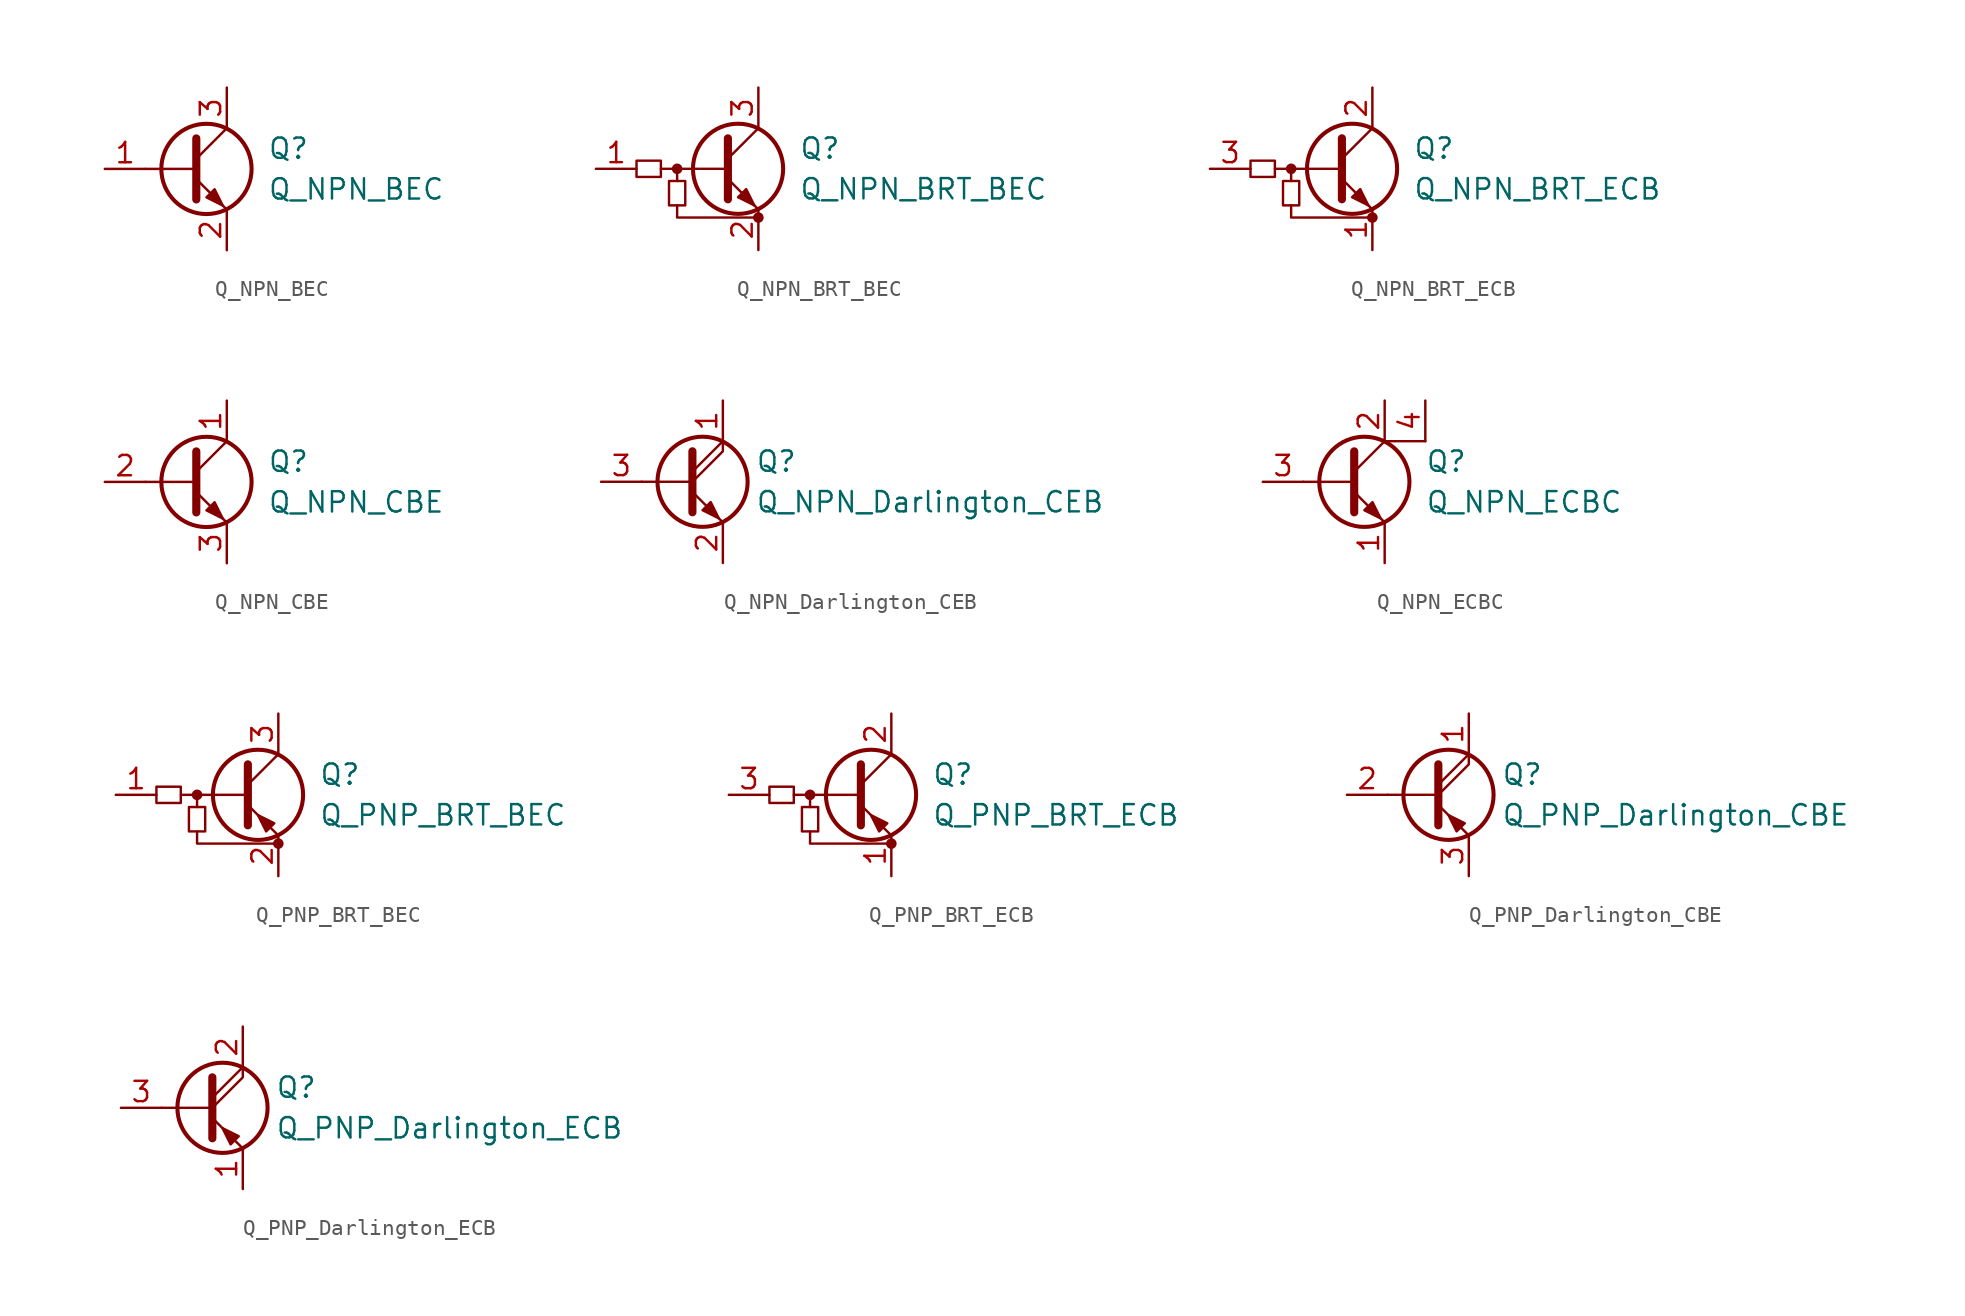
<source format=kicad_sym>
(kicad_symbol_lib
  (version 20231120)
  (generator "kicad_symbol_editor")
  (generator_version "8.0")
  (symbol "Q_NPN_BEC"
    (pin_names
      (offset 0) hide)
    (property "Reference" "Q"
      (at 5.08 1.27 0)
      (effects (font (size 1.27 1.27)) (justify left)))
    (property "Value" "Q_NPN_BEC"
      (at 5.08 -1.27 0)
      (effects (font (size 1.27 1.27)) (justify left)))
    (symbol "Q_NPN_BEC_0_1"
      (polyline (pts (xy -2.54 0) (xy 0.635 0)) (stroke (width 0) (type default)) (fill (type none)))
      (polyline (pts (xy 0.635 1.905) (xy 0.635 -1.905)) (stroke (width 0.508) (type default)) (fill (type none)))
      (circle (center 1.27 0) (radius 2.819) (stroke (width 0.254) (type default)) (fill (type none))))
    (symbol "Q_NPN_BEC_1_1"
      (polyline (pts (xy 0.635 -0.635) (xy 2.54 -2.54)) (stroke (width 0) (type default)) (fill (type none)))
      (polyline (pts (xy 0.635 0.635) (xy 2.54 2.54)) (stroke (width 0) (type default)) (fill (type none)))
      (polyline (pts (xy 1.27 -1.778) (xy 1.778 -1.27) (xy 2.286 -2.286) (xy 1.27 -1.778)) (stroke (width 0) (type default)) (fill (type outline)))
      (pin input line (at -5.08 0 0) (length 2.54) (name "B" (effects (font (size 1.27 1.27)))) (number "1" (effects (font (size 1.27 1.27)))))
      (pin passive line (at 2.54 -5.08 90) (length 2.54) (name "E" (effects (font (size 1.27 1.27)))) (number "2" (effects (font (size 1.27 1.27)))))
      (pin passive line (at 2.54 5.08 270) (length 2.54) (name "C" (effects (font (size 1.27 1.27)))) (number "3" (effects (font (size 1.27 1.27)))))))
  (symbol "Q_NPN_BRT_BEC"
    (pin_names hide)
    (property "Reference" "Q"
      (at 3.81 1.27 0)
      (effects (font (size 1.27 1.27)) (justify left)))
    (property "Value" "Q_NPN_BRT_BEC"
      (at 3.81 -1.27 0)
      (effects (font (size 1.27 1.27)) (justify left)))
    (symbol "Q_NPN_BRT_BEC_0_1"
      (rectangle (start -6.35 0.508) (end -4.826 -0.508) (stroke (width 0) (type default)) (fill (type none)))
      (rectangle (start -4.318 -2.286) (end -3.302 -0.762) (stroke (width 0) (type default)) (fill (type none)))
      (circle (center -3.81 0) (radius 0.254) (stroke (width 0) (type default)) (fill (type outline)))
      (polyline (pts (xy -3.81 -0.762) (xy -3.81 0)) (stroke (width 0) (type default)) (fill (type none)))
      (polyline (pts (xy -0.762 0) (xy -4.826 0)) (stroke (width 0) (type default)) (fill (type none)))
      (polyline (pts (xy -0.635 1.905) (xy -0.635 -1.905)) (stroke (width 0.508) (type default)) (fill (type none)))
      (polyline (pts (xy -3.81 -2.286) (xy -3.81 -3.048) (xy 1.27 -3.048)) (stroke (width 0) (type default)) (fill (type none)))
      (circle (center 1.27 -3.048) (radius 0.254) (stroke (width 0) (type default)) (fill (type outline))))
    (symbol "Q_NPN_BRT_BEC_1_1"
      (polyline (pts (xy -0.635 -0.635) (xy 1.27 -2.54)) (stroke (width 0) (type default)) (fill (type none)))
      (polyline (pts (xy -0.635 0.635) (xy 1.27 2.54)) (stroke (width 0) (type default)) (fill (type none)))
      (polyline (pts (xy 0 -1.778) (xy 0.508 -1.27) (xy 1.016 -2.286) (xy 0 -1.778)) (stroke (width 0) (type default)) (fill (type outline)))
      (circle (center 0 0) (radius 2.819) (stroke (width 0.254) (type default)) (fill (type none)))
      (pin input line (at -8.89 0 0) (length 2.54) (name "B" (effects (font (size 1.27 1.27)))) (number "1" (effects (font (size 1.27 1.27)))))
      (pin passive line (at 1.27 -5.08 90) (length 2.54) (name "E" (effects (font (size 1.27 1.27)))) (number "2" (effects (font (size 1.27 1.27)))))
      (pin passive line (at 1.27 5.08 270) (length 2.54) (name "C" (effects (font (size 1.27 1.27)))) (number "3" (effects (font (size 1.27 1.27)))))))
  (symbol "Q_NPN_BRT_ECB"
    (pin_names hide)
    (property "Reference" "Q"
      (at 3.81 1.27 0)
      (effects (font (size 1.27 1.27)) (justify left)))
    (property "Value" "Q_NPN_BRT_ECB"
      (at 3.81 -1.27 0)
      (effects (font (size 1.27 1.27)) (justify left)))
    (symbol "Q_NPN_BRT_ECB_0_1"
      (rectangle (start -6.35 0.508) (end -4.826 -0.508) (stroke (width 0) (type default)) (fill (type none)))
      (rectangle (start -4.318 -2.286) (end -3.302 -0.762) (stroke (width 0) (type default)) (fill (type none)))
      (circle (center -3.81 0) (radius 0.254) (stroke (width 0) (type default)) (fill (type outline)))
      (polyline (pts (xy -3.81 -0.762) (xy -3.81 0)) (stroke (width 0) (type default)) (fill (type none)))
      (polyline (pts (xy -0.762 0) (xy -4.826 0)) (stroke (width 0) (type default)) (fill (type none)))
      (polyline (pts (xy -0.635 1.905) (xy -0.635 -1.905)) (stroke (width 0.508) (type default)) (fill (type none)))
      (polyline (pts (xy -3.81 -2.286) (xy -3.81 -3.048) (xy 1.27 -3.048)) (stroke (width 0) (type default)) (fill (type none)))
      (circle (center 1.27 -3.048) (radius 0.254) (stroke (width 0) (type default)) (fill (type outline))))
    (symbol "Q_NPN_BRT_ECB_1_1"
      (polyline (pts (xy -0.635 -0.635) (xy 1.27 -2.54)) (stroke (width 0) (type default)) (fill (type none)))
      (polyline (pts (xy -0.635 0.635) (xy 1.27 2.54)) (stroke (width 0) (type default)) (fill (type none)))
      (polyline (pts (xy 0 -1.778) (xy 0.508 -1.27) (xy 1.016 -2.286) (xy 0 -1.778)) (stroke (width 0) (type default)) (fill (type outline)))
      (circle (center 0 0) (radius 2.819) (stroke (width 0.254) (type default)) (fill (type none)))
      (pin passive line (at 1.27 -5.08 90) (length 2.54) (name "E" (effects (font (size 1.27 1.27)))) (number "1" (effects (font (size 1.27 1.27)))))
      (pin passive line (at 1.27 5.08 270) (length 2.54) (name "C" (effects (font (size 1.27 1.27)))) (number "2" (effects (font (size 1.27 1.27)))))
      (pin input line (at -8.89 0 0) (length 2.54) (name "B" (effects (font (size 1.27 1.27)))) (number "3" (effects (font (size 1.27 1.27)))))))
  (symbol "Q_NPN_CBE"
    (pin_names
      (offset 0) hide)
    (property "Reference" "Q"
      (at 5.08 1.27 0)
      (effects (font (size 1.27 1.27)) (justify left)))
    (property "Value" "Q_NPN_CBE"
      (at 5.08 -1.27 0)
      (effects (font (size 1.27 1.27)) (justify left)))
    (symbol "Q_NPN_CBE_0_1"
      (polyline (pts (xy -2.54 0) (xy 0.635 0)) (stroke (width 0) (type default)) (fill (type none)))
      (polyline (pts (xy 0.635 1.905) (xy 0.635 -1.905)) (stroke (width 0.508) (type default)) (fill (type none)))
      (circle (center 1.27 0) (radius 2.819) (stroke (width 0.254) (type default)) (fill (type none))))
    (symbol "Q_NPN_CBE_1_1"
      (polyline (pts (xy 0.635 -0.635) (xy 2.54 -2.54)) (stroke (width 0) (type default)) (fill (type none)))
      (polyline (pts (xy 0.635 0.635) (xy 2.54 2.54)) (stroke (width 0) (type default)) (fill (type none)))
      (polyline (pts (xy 1.27 -1.778) (xy 1.778 -1.27) (xy 2.286 -2.286) (xy 1.27 -1.778)) (stroke (width 0) (type default)) (fill (type outline)))
      (pin passive line (at 2.54 5.08 270) (length 2.54) (name "C" (effects (font (size 1.27 1.27)))) (number "1" (effects (font (size 1.27 1.27)))))
      (pin input line (at -5.08 0 0) (length 2.54) (name "B" (effects (font (size 1.27 1.27)))) (number "2" (effects (font (size 1.27 1.27)))))
      (pin passive line (at 2.54 -5.08 90) (length 2.54) (name "E" (effects (font (size 1.27 1.27)))) (number "3" (effects (font (size 1.27 1.27)))))))
  (symbol "Q_NPN_Darlington_CEB"
    (pin_names
      (offset 0) hide)
    (property "Reference" "Q"
      (at 4.572 1.27 0)
      (effects (font (size 1.27 1.27)) (justify left)))
    (property "Value" "Q_NPN_Darlington_CEB"
      (at 4.572 -1.27 0)
      (effects (font (size 1.27 1.27)) (justify left)))
    (symbol "Q_NPN_Darlington_CEB_0_1"
      (polyline (pts (xy -2.54 0) (xy 0.635 0)) (stroke (width 0) (type default)) (fill (type none)))
      (polyline (pts (xy 0.635 1.905) (xy 0.635 -1.905)) (stroke (width 0.508) (type default)) (fill (type none)))
      (polyline (pts (xy 0.635 0) (xy 2.54 1.905) (xy 2.54 2.54)) (stroke (width 0) (type default)) (fill (type none)))
      (circle (center 1.27 0) (radius 2.819) (stroke (width 0.254) (type default)) (fill (type none))))
    (symbol "Q_NPN_Darlington_CEB_1_1"
      (polyline (pts (xy 0.635 -0.635) (xy 2.54 -2.54)) (stroke (width 0) (type default)) (fill (type none)))
      (polyline (pts (xy 0.635 0.635) (xy 2.54 2.54)) (stroke (width 0) (type default)) (fill (type none)))
      (polyline (pts (xy 1.27 -1.778) (xy 1.778 -1.27) (xy 2.286 -2.286) (xy 1.27 -1.778)) (stroke (width 0) (type default)) (fill (type outline)))
      (pin passive line (at 2.54 5.08 270) (length 2.54) (name "C" (effects (font (size 1.27 1.27)))) (number "1" (effects (font (size 1.27 1.27)))))
      (pin passive line (at 2.54 -5.08 90) (length 2.54) (name "E" (effects (font (size 1.27 1.27)))) (number "2" (effects (font (size 1.27 1.27)))))
      (pin input line (at -5.08 0 0) (length 2.54) (name "B" (effects (font (size 1.27 1.27)))) (number "3" (effects (font (size 1.27 1.27)))))))
  (symbol "Q_NPN_ECBC"
    (pin_names
      (offset 0) hide)
    (property "Reference" "Q"
      (at 5.08 1.27 0)
      (effects (font (size 1.27 1.27)) (justify left)))
    (property "Value" "Q_NPN_ECBC"
      (at 5.08 -1.27 0)
      (effects (font (size 1.27 1.27)) (justify left)))
    (symbol "Q_NPN_ECBC_0_1"
      (polyline (pts (xy -2.54 0) (xy 0.635 0)) (stroke (width 0) (type default)) (fill (type none)))
      (polyline (pts (xy 0.635 1.905) (xy 0.635 -1.905)) (stroke (width 0.508) (type default)) (fill (type none)))
      (polyline (pts (xy 2.54 2.54) (xy 5.08 2.54)) (stroke (width 0) (type default)) (fill (type none)))
      (circle (center 1.27 0) (radius 2.819) (stroke (width 0.254) (type default)) (fill (type none))))
    (symbol "Q_NPN_ECBC_1_1"
      (polyline (pts (xy 0.635 -0.635) (xy 2.54 -2.54)) (stroke (width 0) (type default)) (fill (type none)))
      (polyline (pts (xy 0.635 0.635) (xy 2.54 2.54)) (stroke (width 0) (type default)) (fill (type none)))
      (polyline (pts (xy 1.27 -1.778) (xy 1.778 -1.27) (xy 2.286 -2.286) (xy 1.27 -1.778)) (stroke (width 0) (type default)) (fill (type outline)))
      (pin passive line (at 2.54 -5.08 90) (length 2.54) (name "E" (effects (font (size 1.27 1.27)))) (number "1" (effects (font (size 1.27 1.27)))))
      (pin passive line (at 2.54 5.08 270) (length 2.54) (name "C" (effects (font (size 1.27 1.27)))) (number "2" (effects (font (size 1.27 1.27)))))
      (pin input line (at -5.08 0 0) (length 2.54) (name "B" (effects (font (size 1.27 1.27)))) (number "3" (effects (font (size 1.27 1.27)))))
      (pin passive line (at 5.08 5.08 270) (length 2.54) (name "C" (effects (font (size 1.27 1.27)))) (number "4" (effects (font (size 1.27 1.27)))))))
  (symbol "Q_PNP_BRT_BEC"
    (pin_names hide)
    (property "Reference" "Q"
      (at 3.81 1.27 0)
      (effects (font (size 1.27 1.27)) (justify left)))
    (property "Value" "Q_PNP_BRT_BEC"
      (at 3.81 -1.27 0)
      (effects (font (size 1.27 1.27)) (justify left)))
    (symbol "Q_PNP_BRT_BEC_0_1"
      (rectangle (start -6.35 0.508) (end -4.826 -0.508) (stroke (width 0) (type default)) (fill (type none)))
      (rectangle (start -4.318 -2.286) (end -3.302 -0.762) (stroke (width 0) (type default)) (fill (type none)))
      (circle (center -3.81 0) (radius 0.254) (stroke (width 0) (type default)) (fill (type outline)))
      (polyline (pts (xy -3.81 -0.762) (xy -3.81 0)) (stroke (width 0) (type default)) (fill (type none)))
      (polyline (pts (xy -0.762 0) (xy -4.826 0)) (stroke (width 0) (type default)) (fill (type none)))
      (polyline (pts (xy -0.635 -0.635) (xy 1.27 -2.54)) (stroke (width 0) (type default)) (fill (type none)))
      (polyline (pts (xy -0.635 0.635) (xy 1.27 2.54)) (stroke (width 0) (type default)) (fill (type none)))
      (polyline (pts (xy -0.635 1.905) (xy -0.635 -1.905)) (stroke (width 0.508) (type default)) (fill (type none)))
      (polyline (pts (xy -3.81 -2.286) (xy -3.81 -3.048) (xy 1.27 -3.048)) (stroke (width 0) (type default)) (fill (type none)))
      (polyline (pts (xy 1.016 -1.778) (xy 0.508 -2.286) (xy 0 -1.27) (xy 1.016 -1.778)) (stroke (width 0) (type default)) (fill (type outline)))
      (circle (center 1.27 -3.048) (radius 0.254) (stroke (width 0) (type default)) (fill (type outline))))
    (symbol "Q_PNP_BRT_BEC_1_1"
      (circle (center 0 0) (radius 2.819) (stroke (width 0.254) (type default)) (fill (type none)))
      (pin input line (at -8.89 0 0) (length 2.54) (name "B" (effects (font (size 1.27 1.27)))) (number "1" (effects (font (size 1.27 1.27)))))
      (pin passive line (at 1.27 -5.08 90) (length 2.54) (name "E" (effects (font (size 1.27 1.27)))) (number "2" (effects (font (size 1.27 1.27)))))
      (pin passive line (at 1.27 5.08 270) (length 2.54) (name "C" (effects (font (size 1.27 1.27)))) (number "3" (effects (font (size 1.27 1.27)))))))
  (symbol "Q_PNP_BRT_ECB"
    (pin_names hide)
    (property "Reference" "Q"
      (at 3.81 1.27 0)
      (effects (font (size 1.27 1.27)) (justify left)))
    (property "Value" "Q_PNP_BRT_ECB"
      (at 3.81 -1.27 0)
      (effects (font (size 1.27 1.27)) (justify left)))
    (symbol "Q_PNP_BRT_ECB_0_1"
      (rectangle (start -6.35 0.508) (end -4.826 -0.508) (stroke (width 0) (type default)) (fill (type none)))
      (rectangle (start -4.318 -2.286) (end -3.302 -0.762) (stroke (width 0) (type default)) (fill (type none)))
      (circle (center -3.81 0) (radius 0.254) (stroke (width 0) (type default)) (fill (type outline)))
      (polyline (pts (xy -3.81 -0.762) (xy -3.81 0)) (stroke (width 0) (type default)) (fill (type none)))
      (polyline (pts (xy -0.762 0) (xy -4.826 0)) (stroke (width 0) (type default)) (fill (type none)))
      (polyline (pts (xy -0.635 -0.635) (xy 1.27 -2.54)) (stroke (width 0) (type default)) (fill (type none)))
      (polyline (pts (xy -0.635 0.635) (xy 1.27 2.54)) (stroke (width 0) (type default)) (fill (type none)))
      (polyline (pts (xy -0.635 1.905) (xy -0.635 -1.905)) (stroke (width 0.508) (type default)) (fill (type none)))
      (polyline (pts (xy -3.81 -2.286) (xy -3.81 -3.048) (xy 1.27 -3.048)) (stroke (width 0) (type default)) (fill (type none)))
      (polyline (pts (xy 1.016 -1.778) (xy 0.508 -2.286) (xy 0 -1.27) (xy 1.016 -1.778)) (stroke (width 0) (type default)) (fill (type outline)))
      (circle (center 1.27 -3.048) (radius 0.254) (stroke (width 0) (type default)) (fill (type outline))))
    (symbol "Q_PNP_BRT_ECB_1_1"
      (circle (center 0 0) (radius 2.819) (stroke (width 0.254) (type default)) (fill (type none)))
      (pin passive line (at 1.27 -5.08 90) (length 2.54) (name "E" (effects (font (size 1.27 1.27)))) (number "1" (effects (font (size 1.27 1.27)))))
      (pin passive line (at 1.27 5.08 270) (length 2.54) (name "C" (effects (font (size 1.27 1.27)))) (number "2" (effects (font (size 1.27 1.27)))))
      (pin input line (at -8.89 0 0) (length 2.54) (name "B" (effects (font (size 1.27 1.27)))) (number "3" (effects (font (size 1.27 1.27)))))))
  (symbol "Q_PNP_Darlington_CBE"
    (pin_names
      (offset 0) hide)
    (property "Reference" "Q"
      (at 4.572 1.27 0)
      (effects (font (size 1.27 1.27)) (justify left)))
    (property "Value" "Q_PNP_Darlington_CBE"
      (at 4.572 -1.27 0)
      (effects (font (size 1.27 1.27)) (justify left)))
    (symbol "Q_PNP_Darlington_CBE_0_1"
      (polyline (pts (xy -2.54 0) (xy 0.635 0)) (stroke (width 0) (type default)) (fill (type none)))
      (polyline (pts (xy 0.635 -0.635) (xy 2.54 -2.54)) (stroke (width 0) (type default)) (fill (type none)))
      (polyline (pts (xy 0.635 0.635) (xy 2.54 2.54)) (stroke (width 0) (type default)) (fill (type none)))
      (polyline (pts (xy 0.635 1.905) (xy 0.635 -1.905)) (stroke (width 0.508) (type default)) (fill (type none)))
      (polyline (pts (xy 0.635 0) (xy 2.54 1.905) (xy 2.54 2.54)) (stroke (width 0) (type default)) (fill (type none)))
      (polyline (pts (xy 2.286 -1.778) (xy 1.778 -2.286) (xy 1.27 -1.27) (xy 2.286 -1.778)) (stroke (width 0) (type default)) (fill (type outline)))
      (circle (center 1.27 0) (radius 2.819) (stroke (width 0.254) (type default)) (fill (type none))))
    (symbol "Q_PNP_Darlington_CBE_1_1"
      (pin passive line (at 2.54 5.08 270) (length 2.54) (name "C" (effects (font (size 1.27 1.27)))) (number "1" (effects (font (size 1.27 1.27)))))
      (pin input line (at -5.08 0 0) (length 2.54) (name "B" (effects (font (size 1.27 1.27)))) (number "2" (effects (font (size 1.27 1.27)))))
      (pin passive line (at 2.54 -5.08 90) (length 2.54) (name "E" (effects (font (size 1.27 1.27)))) (number "3" (effects (font (size 1.27 1.27)))))))
  (symbol "Q_PNP_Darlington_ECB"
    (pin_names
      (offset 0) hide)
    (property "Reference" "Q"
      (at 4.572 1.27 0)
      (effects (font (size 1.27 1.27)) (justify left)))
    (property "Value" "Q_PNP_Darlington_ECB"
      (at 4.572 -1.27 0)
      (effects (font (size 1.27 1.27)) (justify left)))
    (symbol "Q_PNP_Darlington_ECB_0_1"
      (polyline (pts (xy -2.54 0) (xy 0.635 0)) (stroke (width 0) (type default)) (fill (type none)))
      (polyline (pts (xy 0.635 -0.635) (xy 2.54 -2.54)) (stroke (width 0) (type default)) (fill (type none)))
      (polyline (pts (xy 0.635 0.635) (xy 2.54 2.54)) (stroke (width 0) (type default)) (fill (type none)))
      (polyline (pts (xy 0.635 1.905) (xy 0.635 -1.905)) (stroke (width 0.508) (type default)) (fill (type none)))
      (polyline (pts (xy 0.635 0) (xy 2.54 1.905) (xy 2.54 2.54)) (stroke (width 0) (type default)) (fill (type none)))
      (polyline (pts (xy 2.286 -1.778) (xy 1.778 -2.286) (xy 1.27 -1.27) (xy 2.286 -1.778)) (stroke (width 0) (type default)) (fill (type outline)))
      (circle (center 1.27 0) (radius 2.819) (stroke (width 0.254) (type default)) (fill (type none))))
    (symbol "Q_PNP_Darlington_ECB_1_1"
      (pin passive line (at 2.54 -5.08 90) (length 2.54) (name "E" (effects (font (size 1.27 1.27)))) (number "1" (effects (font (size 1.27 1.27)))))
      (pin passive line (at 2.54 5.08 270) (length 2.54) (name "C" (effects (font (size 1.27 1.27)))) (number "2" (effects (font (size 1.27 1.27)))))
      (pin input line (at -5.08 0 0) (length 2.54) (name "B" (effects (font (size 1.27 1.27)))) (number "3" (effects (font (size 1.27 1.27))))))))
</source>
